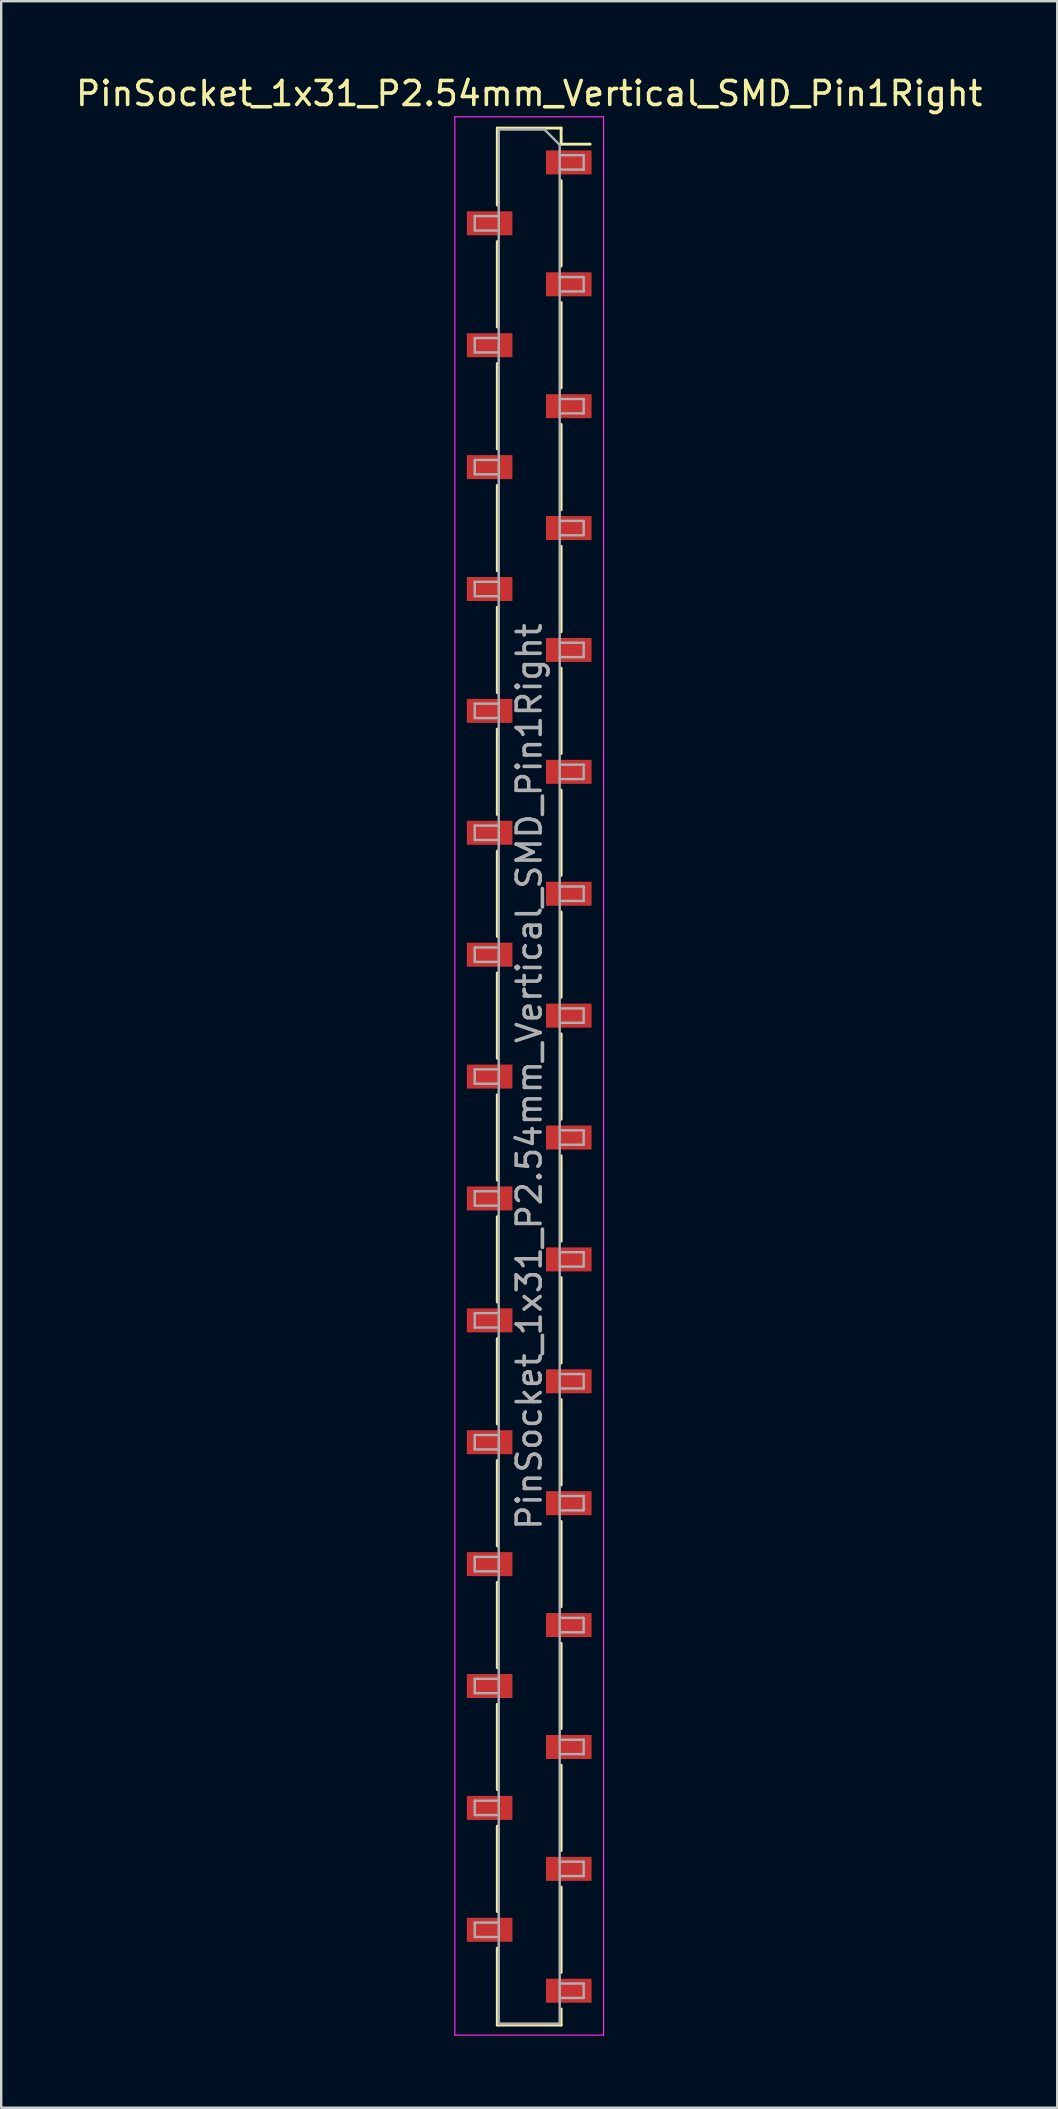
<source format=kicad_pcb>
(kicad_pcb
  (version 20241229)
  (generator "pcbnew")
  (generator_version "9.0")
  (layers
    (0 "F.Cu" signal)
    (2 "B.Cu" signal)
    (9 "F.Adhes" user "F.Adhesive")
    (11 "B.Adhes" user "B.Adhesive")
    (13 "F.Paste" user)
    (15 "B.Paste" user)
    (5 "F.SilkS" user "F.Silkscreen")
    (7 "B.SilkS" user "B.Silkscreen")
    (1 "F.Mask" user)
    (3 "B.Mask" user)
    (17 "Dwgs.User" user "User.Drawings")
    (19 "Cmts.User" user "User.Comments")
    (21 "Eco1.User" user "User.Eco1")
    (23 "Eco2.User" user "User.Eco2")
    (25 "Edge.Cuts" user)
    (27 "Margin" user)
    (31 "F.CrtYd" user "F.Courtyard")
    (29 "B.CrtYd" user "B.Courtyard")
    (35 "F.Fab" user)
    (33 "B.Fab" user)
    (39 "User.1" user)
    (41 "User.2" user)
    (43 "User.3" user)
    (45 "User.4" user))
  (footprint "PinSocket_1x31_P2.54mm_Vertical_SMD_Pin1Right"
    (layer "F.Cu")
    (at 19.006 41.818)
    (property "Reference" "PinSocket_1x31_P2.54mm_Vertical_SMD_Pin1Right" (at 0 -40.97 0) (layer "F.SilkS") (effects (font (size 1 1) (thickness 0.15))))
    (attr smd)
    (fp_line (start -1.33 -39.53) (end -1.33 -36.32) (stroke (width 0.12) (type solid)) (layer "F.SilkS"))
    (fp_line (start -1.33 -39.53) (end 1.33 -39.53) (stroke (width 0.12) (type solid)) (layer "F.SilkS"))
    (fp_line (start -1.33 -34.8) (end -1.33 -31.24) (stroke (width 0.12) (type solid)) (layer "F.SilkS"))
    (fp_line (start -1.33 -29.72) (end -1.33 -26.16) (stroke (width 0.12) (type solid)) (layer "F.SilkS"))
    (fp_line (start -1.33 -24.64) (end -1.33 -21.08) (stroke (width 0.12) (type solid)) (layer "F.SilkS"))
    (fp_line (start -1.33 -19.56) (end -1.33 -16) (stroke (width 0.12) (type solid)) (layer "F.SilkS"))
    (fp_line (start -1.33 -14.48) (end -1.33 -10.92) (stroke (width 0.12) (type solid)) (layer "F.SilkS"))
    (fp_line (start -1.33 -9.4) (end -1.33 -5.84) (stroke (width 0.12) (type solid)) (layer "F.SilkS"))
    (fp_line (start -1.33 -4.32) (end -1.33 -0.76) (stroke (width 0.12) (type solid)) (layer "F.SilkS"))
    (fp_line (start -1.33 0.76) (end -1.33 4.32) (stroke (width 0.12) (type solid)) (layer "F.SilkS"))
    (fp_line (start -1.33 5.84) (end -1.33 9.4) (stroke (width 0.12) (type solid)) (layer "F.SilkS"))
    (fp_line (start -1.33 10.92) (end -1.33 14.48) (stroke (width 0.12) (type solid)) (layer "F.SilkS"))
    (fp_line (start -1.33 16) (end -1.33 19.56) (stroke (width 0.12) (type solid)) (layer "F.SilkS"))
    (fp_line (start -1.33 21.08) (end -1.33 24.64) (stroke (width 0.12) (type solid)) (layer "F.SilkS"))
    (fp_line (start -1.33 26.16) (end -1.33 29.72) (stroke (width 0.12) (type solid)) (layer "F.SilkS"))
    (fp_line (start -1.33 31.24) (end -1.33 34.8) (stroke (width 0.12) (type solid)) (layer "F.SilkS"))
    (fp_line (start -1.33 36.32) (end -1.33 39.53) (stroke (width 0.12) (type solid)) (layer "F.SilkS"))
    (fp_line (start -1.33 39.53) (end 1.33 39.53) (stroke (width 0.12) (type solid)) (layer "F.SilkS"))
    (fp_line (start 1.33 -39.53) (end 1.33 -38.86) (stroke (width 0.12) (type solid)) (layer "F.SilkS"))
    (fp_line (start 1.33 -38.86) (end 2.54 -38.86) (stroke (width 0.12) (type solid)) (layer "F.SilkS"))
    (fp_line (start 1.33 -37.34) (end 1.33 -33.78) (stroke (width 0.12) (type solid)) (layer "F.SilkS"))
    (fp_line (start 1.33 -32.26) (end 1.33 -28.7) (stroke (width 0.12) (type solid)) (layer "F.SilkS"))
    (fp_line (start 1.33 -27.18) (end 1.33 -23.62) (stroke (width 0.12) (type solid)) (layer "F.SilkS"))
    (fp_line (start 1.33 -22.1) (end 1.33 -18.54) (stroke (width 0.12) (type solid)) (layer "F.SilkS"))
    (fp_line (start 1.33 -17.02) (end 1.33 -13.46) (stroke (width 0.12) (type solid)) (layer "F.SilkS"))
    (fp_line (start 1.33 -11.94) (end 1.33 -8.38) (stroke (width 0.12) (type solid)) (layer "F.SilkS"))
    (fp_line (start 1.33 -6.86) (end 1.33 -3.3) (stroke (width 0.12) (type solid)) (layer "F.SilkS"))
    (fp_line (start 1.33 -1.78) (end 1.33 1.78) (stroke (width 0.12) (type solid)) (layer "F.SilkS"))
    (fp_line (start 1.33 3.3) (end 1.33 6.86) (stroke (width 0.12) (type solid)) (layer "F.SilkS"))
    (fp_line (start 1.33 8.38) (end 1.33 11.94) (stroke (width 0.12) (type solid)) (layer "F.SilkS"))
    (fp_line (start 1.33 13.46) (end 1.33 17.02) (stroke (width 0.12) (type solid)) (layer "F.SilkS"))
    (fp_line (start 1.33 18.54) (end 1.33 22.1) (stroke (width 0.12) (type solid)) (layer "F.SilkS"))
    (fp_line (start 1.33 23.62) (end 1.33 27.18) (stroke (width 0.12) (type solid)) (layer "F.SilkS"))
    (fp_line (start 1.33 28.7) (end 1.33 32.26) (stroke (width 0.12) (type solid)) (layer "F.SilkS"))
    (fp_line (start 1.33 33.78) (end 1.33 37.34) (stroke (width 0.12) (type solid)) (layer "F.SilkS"))
    (fp_line (start 1.33 38.86) (end 1.33 39.53) (stroke (width 0.12) (type solid)) (layer "F.SilkS"))
    (fp_line (start -3.1 -40) (end 3.1 -40) (stroke (width 0.05) (type solid)) (layer "F.CrtYd"))
    (fp_line (start -3.1 39.95) (end -3.1 -40) (stroke (width 0.05) (type solid)) (layer "F.CrtYd"))
    (fp_line (start 3.1 -40) (end 3.1 39.95) (stroke (width 0.05) (type solid)) (layer "F.CrtYd"))
    (fp_line (start 3.1 39.95) (end -3.1 39.95) (stroke (width 0.05) (type solid)) (layer "F.CrtYd"))
    (fp_line (start -2.27 -35.86) (end -1.27 -35.86) (stroke (width 0.1) (type solid)) (layer "F.Fab"))
    (fp_line (start -2.27 -35.26) (end -2.27 -35.86) (stroke (width 0.1) (type solid)) (layer "F.Fab"))
    (fp_line (start -2.27 -30.78) (end -1.27 -30.78) (stroke (width 0.1) (type solid)) (layer "F.Fab"))
    (fp_line (start -2.27 -30.18) (end -2.27 -30.78) (stroke (width 0.1) (type solid)) (layer "F.Fab"))
    (fp_line (start -2.27 -25.7) (end -1.27 -25.7) (stroke (width 0.1) (type solid)) (layer "F.Fab"))
    (fp_line (start -2.27 -25.1) (end -2.27 -25.7) (stroke (width 0.1) (type solid)) (layer "F.Fab"))
    (fp_line (start -2.27 -20.62) (end -1.27 -20.62) (stroke (width 0.1) (type solid)) (layer "F.Fab"))
    (fp_line (start -2.27 -20.02) (end -2.27 -20.62) (stroke (width 0.1) (type solid)) (layer "F.Fab"))
    (fp_line (start -2.27 -15.54) (end -1.27 -15.54) (stroke (width 0.1) (type solid)) (layer "F.Fab"))
    (fp_line (start -2.27 -14.94) (end -2.27 -15.54) (stroke (width 0.1) (type solid)) (layer "F.Fab"))
    (fp_line (start -2.27 -10.46) (end -1.27 -10.46) (stroke (width 0.1) (type solid)) (layer "F.Fab"))
    (fp_line (start -2.27 -9.86) (end -2.27 -10.46) (stroke (width 0.1) (type solid)) (layer "F.Fab"))
    (fp_line (start -2.27 -5.38) (end -1.27 -5.38) (stroke (width 0.1) (type solid)) (layer "F.Fab"))
    (fp_line (start -2.27 -4.78) (end -2.27 -5.38) (stroke (width 0.1) (type solid)) (layer "F.Fab"))
    (fp_line (start -2.27 -0.3) (end -1.27 -0.3) (stroke (width 0.1) (type solid)) (layer "F.Fab"))
    (fp_line (start -2.27 0.3) (end -2.27 -0.3) (stroke (width 0.1) (type solid)) (layer "F.Fab"))
    (fp_line (start -2.27 4.78) (end -1.27 4.78) (stroke (width 0.1) (type solid)) (layer "F.Fab"))
    (fp_line (start -2.27 5.38) (end -2.27 4.78) (stroke (width 0.1) (type solid)) (layer "F.Fab"))
    (fp_line (start -2.27 9.86) (end -1.27 9.86) (stroke (width 0.1) (type solid)) (layer "F.Fab"))
    (fp_line (start -2.27 10.46) (end -2.27 9.86) (stroke (width 0.1) (type solid)) (layer "F.Fab"))
    (fp_line (start -2.27 14.94) (end -1.27 14.94) (stroke (width 0.1) (type solid)) (layer "F.Fab"))
    (fp_line (start -2.27 15.54) (end -2.27 14.94) (stroke (width 0.1) (type solid)) (layer "F.Fab"))
    (fp_line (start -2.27 20.02) (end -1.27 20.02) (stroke (width 0.1) (type solid)) (layer "F.Fab"))
    (fp_line (start -2.27 20.62) (end -2.27 20.02) (stroke (width 0.1) (type solid)) (layer "F.Fab"))
    (fp_line (start -2.27 25.1) (end -1.27 25.1) (stroke (width 0.1) (type solid)) (layer "F.Fab"))
    (fp_line (start -2.27 25.7) (end -2.27 25.1) (stroke (width 0.1) (type solid)) (layer "F.Fab"))
    (fp_line (start -2.27 30.18) (end -1.27 30.18) (stroke (width 0.1) (type solid)) (layer "F.Fab"))
    (fp_line (start -2.27 30.78) (end -2.27 30.18) (stroke (width 0.1) (type solid)) (layer "F.Fab"))
    (fp_line (start -2.27 35.26) (end -1.27 35.26) (stroke (width 0.1) (type solid)) (layer "F.Fab"))
    (fp_line (start -2.27 35.86) (end -2.27 35.26) (stroke (width 0.1) (type solid)) (layer "F.Fab"))
    (fp_line (start -1.27 -39.47) (end 0.635 -39.47) (stroke (width 0.1) (type solid)) (layer "F.Fab"))
    (fp_line (start -1.27 -35.26) (end -2.27 -35.26) (stroke (width 0.1) (type solid)) (layer "F.Fab"))
    (fp_line (start -1.27 -30.18) (end -2.27 -30.18) (stroke (width 0.1) (type solid)) (layer "F.Fab"))
    (fp_line (start -1.27 -25.1) (end -2.27 -25.1) (stroke (width 0.1) (type solid)) (layer "F.Fab"))
    (fp_line (start -1.27 -20.02) (end -2.27 -20.02) (stroke (width 0.1) (type solid)) (layer "F.Fab"))
    (fp_line (start -1.27 -14.94) (end -2.27 -14.94) (stroke (width 0.1) (type solid)) (layer "F.Fab"))
    (fp_line (start -1.27 -9.86) (end -2.27 -9.86) (stroke (width 0.1) (type solid)) (layer "F.Fab"))
    (fp_line (start -1.27 -4.78) (end -2.27 -4.78) (stroke (width 0.1) (type solid)) (layer "F.Fab"))
    (fp_line (start -1.27 0.3) (end -2.27 0.3) (stroke (width 0.1) (type solid)) (layer "F.Fab"))
    (fp_line (start -1.27 5.38) (end -2.27 5.38) (stroke (width 0.1) (type solid)) (layer "F.Fab"))
    (fp_line (start -1.27 10.46) (end -2.27 10.46) (stroke (width 0.1) (type solid)) (layer "F.Fab"))
    (fp_line (start -1.27 15.54) (end -2.27 15.54) (stroke (width 0.1) (type solid)) (layer "F.Fab"))
    (fp_line (start -1.27 20.62) (end -2.27 20.62) (stroke (width 0.1) (type solid)) (layer "F.Fab"))
    (fp_line (start -1.27 25.7) (end -2.27 25.7) (stroke (width 0.1) (type solid)) (layer "F.Fab"))
    (fp_line (start -1.27 30.78) (end -2.27 30.78) (stroke (width 0.1) (type solid)) (layer "F.Fab"))
    (fp_line (start -1.27 35.86) (end -2.27 35.86) (stroke (width 0.1) (type solid)) (layer "F.Fab"))
    (fp_line (start -1.27 39.47) (end -1.27 -39.47) (stroke (width 0.1) (type solid)) (layer "F.Fab"))
    (fp_line (start 0.635 -39.47) (end 1.27 -38.835) (stroke (width 0.1) (type solid)) (layer "F.Fab"))
    (fp_line (start 1.27 -38.835) (end 1.27 39.47) (stroke (width 0.1) (type solid)) (layer "F.Fab"))
    (fp_line (start 1.27 -38.4) (end 2.27 -38.4) (stroke (width 0.1) (type solid)) (layer "F.Fab"))
    (fp_line (start 1.27 -33.32) (end 2.27 -33.32) (stroke (width 0.1) (type solid)) (layer "F.Fab"))
    (fp_line (start 1.27 -28.24) (end 2.27 -28.24) (stroke (width 0.1) (type solid)) (layer "F.Fab"))
    (fp_line (start 1.27 -23.16) (end 2.27 -23.16) (stroke (width 0.1) (type solid)) (layer "F.Fab"))
    (fp_line (start 1.27 -18.08) (end 2.27 -18.08) (stroke (width 0.1) (type solid)) (layer "F.Fab"))
    (fp_line (start 1.27 -13) (end 2.27 -13) (stroke (width 0.1) (type solid)) (layer "F.Fab"))
    (fp_line (start 1.27 -7.92) (end 2.27 -7.92) (stroke (width 0.1) (type solid)) (layer "F.Fab"))
    (fp_line (start 1.27 -2.84) (end 2.27 -2.84) (stroke (width 0.1) (type solid)) (layer "F.Fab"))
    (fp_line (start 1.27 2.24) (end 2.27 2.24) (stroke (width 0.1) (type solid)) (layer "F.Fab"))
    (fp_line (start 1.27 7.32) (end 2.27 7.32) (stroke (width 0.1) (type solid)) (layer "F.Fab"))
    (fp_line (start 1.27 12.4) (end 2.27 12.4) (stroke (width 0.1) (type solid)) (layer "F.Fab"))
    (fp_line (start 1.27 17.48) (end 2.27 17.48) (stroke (width 0.1) (type solid)) (layer "F.Fab"))
    (fp_line (start 1.27 22.56) (end 2.27 22.56) (stroke (width 0.1) (type solid)) (layer "F.Fab"))
    (fp_line (start 1.27 27.64) (end 2.27 27.64) (stroke (width 0.1) (type solid)) (layer "F.Fab"))
    (fp_line (start 1.27 32.72) (end 2.27 32.72) (stroke (width 0.1) (type solid)) (layer "F.Fab"))
    (fp_line (start 1.27 37.8) (end 2.27 37.8) (stroke (width 0.1) (type solid)) (layer "F.Fab"))
    (fp_line (start 1.27 39.47) (end -1.27 39.47) (stroke (width 0.1) (type solid)) (layer "F.Fab"))
    (fp_line (start 2.27 -38.4) (end 2.27 -37.8) (stroke (width 0.1) (type solid)) (layer "F.Fab"))
    (fp_line (start 2.27 -37.8) (end 1.27 -37.8) (stroke (width 0.1) (type solid)) (layer "F.Fab"))
    (fp_line (start 2.27 -33.32) (end 2.27 -32.72) (stroke (width 0.1) (type solid)) (layer "F.Fab"))
    (fp_line (start 2.27 -32.72) (end 1.27 -32.72) (stroke (width 0.1) (type solid)) (layer "F.Fab"))
    (fp_line (start 2.27 -28.24) (end 2.27 -27.64) (stroke (width 0.1) (type solid)) (layer "F.Fab"))
    (fp_line (start 2.27 -27.64) (end 1.27 -27.64) (stroke (width 0.1) (type solid)) (layer "F.Fab"))
    (fp_line (start 2.27 -23.16) (end 2.27 -22.56) (stroke (width 0.1) (type solid)) (layer "F.Fab"))
    (fp_line (start 2.27 -22.56) (end 1.27 -22.56) (stroke (width 0.1) (type solid)) (layer "F.Fab"))
    (fp_line (start 2.27 -18.08) (end 2.27 -17.48) (stroke (width 0.1) (type solid)) (layer "F.Fab"))
    (fp_line (start 2.27 -17.48) (end 1.27 -17.48) (stroke (width 0.1) (type solid)) (layer "F.Fab"))
    (fp_line (start 2.27 -13) (end 2.27 -12.4) (stroke (width 0.1) (type solid)) (layer "F.Fab"))
    (fp_line (start 2.27 -12.4) (end 1.27 -12.4) (stroke (width 0.1) (type solid)) (layer "F.Fab"))
    (fp_line (start 2.27 -7.92) (end 2.27 -7.32) (stroke (width 0.1) (type solid)) (layer "F.Fab"))
    (fp_line (start 2.27 -7.32) (end 1.27 -7.32) (stroke (width 0.1) (type solid)) (layer "F.Fab"))
    (fp_line (start 2.27 -2.84) (end 2.27 -2.24) (stroke (width 0.1) (type solid)) (layer "F.Fab"))
    (fp_line (start 2.27 -2.24) (end 1.27 -2.24) (stroke (width 0.1) (type solid)) (layer "F.Fab"))
    (fp_line (start 2.27 2.24) (end 2.27 2.84) (stroke (width 0.1) (type solid)) (layer "F.Fab"))
    (fp_line (start 2.27 2.84) (end 1.27 2.84) (stroke (width 0.1) (type solid)) (layer "F.Fab"))
    (fp_line (start 2.27 7.32) (end 2.27 7.92) (stroke (width 0.1) (type solid)) (layer "F.Fab"))
    (fp_line (start 2.27 7.92) (end 1.27 7.92) (stroke (width 0.1) (type solid)) (layer "F.Fab"))
    (fp_line (start 2.27 12.4) (end 2.27 13) (stroke (width 0.1) (type solid)) (layer "F.Fab"))
    (fp_line (start 2.27 13) (end 1.27 13) (stroke (width 0.1) (type solid)) (layer "F.Fab"))
    (fp_line (start 2.27 17.48) (end 2.27 18.08) (stroke (width 0.1) (type solid)) (layer "F.Fab"))
    (fp_line (start 2.27 18.08) (end 1.27 18.08) (stroke (width 0.1) (type solid)) (layer "F.Fab"))
    (fp_line (start 2.27 22.56) (end 2.27 23.16) (stroke (width 0.1) (type solid)) (layer "F.Fab"))
    (fp_line (start 2.27 23.16) (end 1.27 23.16) (stroke (width 0.1) (type solid)) (layer "F.Fab"))
    (fp_line (start 2.27 27.64) (end 2.27 28.24) (stroke (width 0.1) (type solid)) (layer "F.Fab"))
    (fp_line (start 2.27 28.24) (end 1.27 28.24) (stroke (width 0.1) (type solid)) (layer "F.Fab"))
    (fp_line (start 2.27 32.72) (end 2.27 33.32) (stroke (width 0.1) (type solid)) (layer "F.Fab"))
    (fp_line (start 2.27 33.32) (end 1.27 33.32) (stroke (width 0.1) (type solid)) (layer "F.Fab"))
    (fp_line (start 2.27 37.8) (end 2.27 38.4) (stroke (width 0.1) (type solid)) (layer "F.Fab"))
    (fp_line (start 2.27 38.4) (end 1.27 38.4) (stroke (width 0.1) (type solid)) (layer "F.Fab"))
    (fp_text user "${REFERENCE}" (at 0 0 90) (layer "F.Fab") (effects (font (size 1 1) (thickness 0.15))))
    (pad "1" smd rect (at 1.65 -38.1) (size 1.9 1) (layers "F.Cu" "F.Mask" "F.Paste"))
    (pad "2" smd rect (at -1.65 -35.56) (size 1.9 1) (layers "F.Cu" "F.Mask" "F.Paste"))
    (pad "3" smd rect (at 1.65 -33.02) (size 1.9 1) (layers "F.Cu" "F.Mask" "F.Paste"))
    (pad "4" smd rect (at -1.65 -30.48) (size 1.9 1) (layers "F.Cu" "F.Mask" "F.Paste"))
    (pad "5" smd rect (at 1.65 -27.94) (size 1.9 1) (layers "F.Cu" "F.Mask" "F.Paste"))
    (pad "6" smd rect (at -1.65 -25.4) (size 1.9 1) (layers "F.Cu" "F.Mask" "F.Paste"))
    (pad "7" smd rect (at 1.65 -22.86) (size 1.9 1) (layers "F.Cu" "F.Mask" "F.Paste"))
    (pad "8" smd rect (at -1.65 -20.32) (size 1.9 1) (layers "F.Cu" "F.Mask" "F.Paste"))
    (pad "9" smd rect (at 1.65 -17.78) (size 1.9 1) (layers "F.Cu" "F.Mask" "F.Paste"))
    (pad "10" smd rect (at -1.65 -15.24) (size 1.9 1) (layers "F.Cu" "F.Mask" "F.Paste"))
    (pad "11" smd rect (at 1.65 -12.7) (size 1.9 1) (layers "F.Cu" "F.Mask" "F.Paste"))
    (pad "12" smd rect (at -1.65 -10.16) (size 1.9 1) (layers "F.Cu" "F.Mask" "F.Paste"))
    (pad "13" smd rect (at 1.65 -7.62) (size 1.9 1) (layers "F.Cu" "F.Mask" "F.Paste"))
    (pad "14" smd rect (at -1.65 -5.08) (size 1.9 1) (layers "F.Cu" "F.Mask" "F.Paste"))
    (pad "15" smd rect (at 1.65 -2.54) (size 1.9 1) (layers "F.Cu" "F.Mask" "F.Paste"))
    (pad "16" smd rect (at -1.65 0) (size 1.9 1) (layers "F.Cu" "F.Mask" "F.Paste"))
    (pad "17" smd rect (at 1.65 2.54) (size 1.9 1) (layers "F.Cu" "F.Mask" "F.Paste"))
    (pad "18" smd rect (at -1.65 5.08) (size 1.9 1) (layers "F.Cu" "F.Mask" "F.Paste"))
    (pad "19" smd rect (at 1.65 7.62) (size 1.9 1) (layers "F.Cu" "F.Mask" "F.Paste"))
    (pad "20" smd rect (at -1.65 10.16) (size 1.9 1) (layers "F.Cu" "F.Mask" "F.Paste"))
    (pad "21" smd rect (at 1.65 12.7) (size 1.9 1) (layers "F.Cu" "F.Mask" "F.Paste"))
    (pad "22" smd rect (at -1.65 15.24) (size 1.9 1) (layers "F.Cu" "F.Mask" "F.Paste"))
    (pad "23" smd rect (at 1.65 17.78) (size 1.9 1) (layers "F.Cu" "F.Mask" "F.Paste"))
    (pad "24" smd rect (at -1.65 20.32) (size 1.9 1) (layers "F.Cu" "F.Mask" "F.Paste"))
    (pad "25" smd rect (at 1.65 22.86) (size 1.9 1) (layers "F.Cu" "F.Mask" "F.Paste"))
    (pad "26" smd rect (at -1.65 25.4) (size 1.9 1) (layers "F.Cu" "F.Mask" "F.Paste"))
    (pad "27" smd rect (at 1.65 27.94) (size 1.9 1) (layers "F.Cu" "F.Mask" "F.Paste"))
    (pad "28" smd rect (at -1.65 30.48) (size 1.9 1) (layers "F.Cu" "F.Mask" "F.Paste"))
    (pad "29" smd rect (at 1.65 33.02) (size 1.9 1) (layers "F.Cu" "F.Mask" "F.Paste"))
    (pad "30" smd rect (at -1.65 35.56) (size 1.9 1) (layers "F.Cu" "F.Mask" "F.Paste"))
    (pad "31" smd rect (at 1.65 38.1) (size 1.9 1) (layers "F.Cu" "F.Mask" "F.Paste")))
  (gr_rect
    (start -3 -3)
    (end 41.012 84.793)
    (stroke (width 0.1) (type default))
    (fill no)
    (layer "Edge.Cuts")))
</source>
